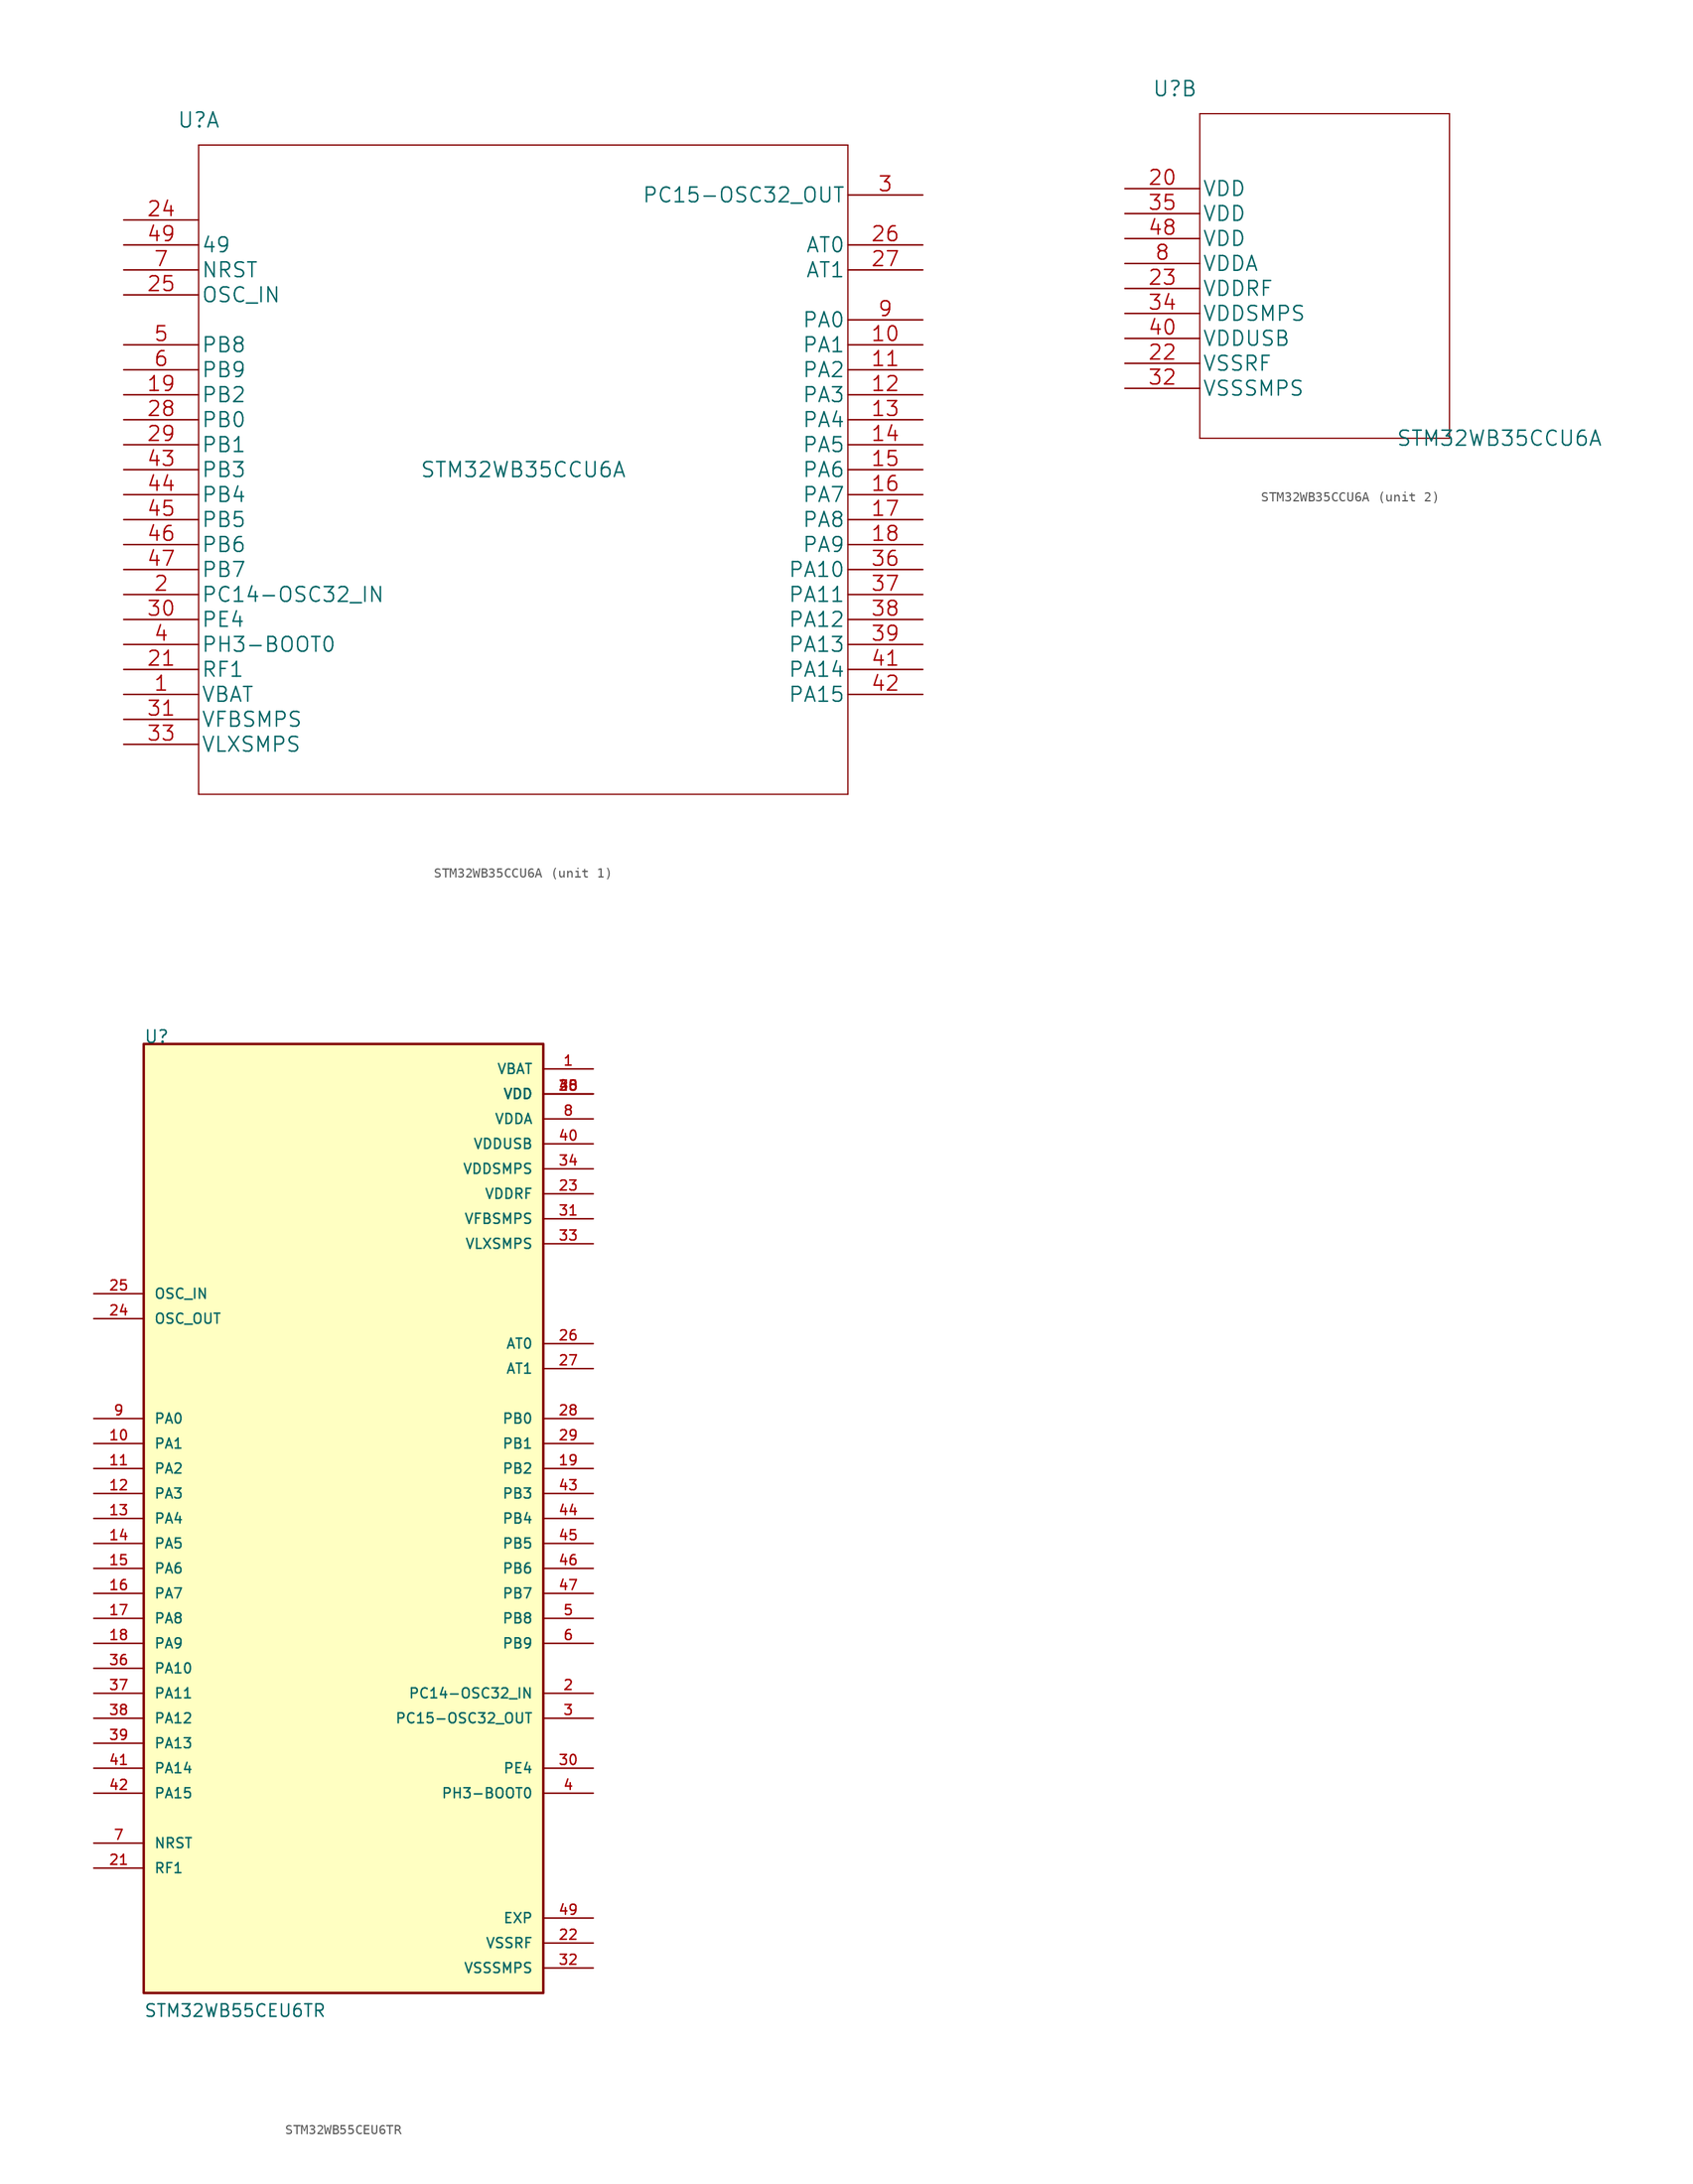
<source format=kicad_sym>
(kicad_symbol_lib
  (version 20211014)
  (generator kicad_symbol_editor)
  (symbol "STM32WB35CCU6A"
    (pin_names
      (offset 0.254))
    (property "Reference" "U"
      (at 5.08 10.16 0)
      (effects (font (size 1.524 1.524))))
    (property "Value" "STM32WB35CCU6A"
      (at 38.1 -25.4 0)
      (effects (font (size 1.524 1.524))))
    (property "Datasheet" ""
      (at -2.54 0 0)
      (effects (font (size 1.524 1.524))))
    (property "ki_locked" ""
      (at 0 0 0)
      (effects (font (size 1.27 1.27))))
    (symbol "STM32WB35CCU6A_1_1"
      (polyline (pts (xy 5.08 -58.42) (xy 71.12 -58.42)) (stroke (width 0.127) (type default) (color 0 0 0 0)) (fill (type none)))
      (polyline (pts (xy 5.08 7.62) (xy 5.08 -58.42)) (stroke (width 0.127) (type default) (color 0 0 0 0)) (fill (type none)))
      (polyline (pts (xy 71.12 -58.42) (xy 71.12 7.62)) (stroke (width 0.127) (type default) (color 0 0 0 0)) (fill (type none)))
      (polyline (pts (xy 71.12 7.62) (xy 5.08 7.62)) (stroke (width 0.127) (type default) (color 0 0 0 0)) (fill (type none)))
      (pin unspecified line (at -2.54 -48.26 0) (length 7.62) (name "VBAT" (effects (font (size 1.499 1.499)))) (number "1" (effects (font (size 1.499 1.499)))))
      (pin bidirectional line (at 78.74 -12.7 180) (length 7.62) (name "PA1" (effects (font (size 1.499 1.499)))) (number "10" (effects (font (size 1.499 1.499)))))
      (pin bidirectional line (at 78.74 -15.24 180) (length 7.62) (name "PA2" (effects (font (size 1.499 1.499)))) (number "11" (effects (font (size 1.499 1.499)))))
      (pin bidirectional line (at 78.74 -17.78 180) (length 7.62) (name "PA3" (effects (font (size 1.499 1.499)))) (number "12" (effects (font (size 1.499 1.499)))))
      (pin bidirectional line (at 78.74 -20.32 180) (length 7.62) (name "PA4" (effects (font (size 1.499 1.499)))) (number "13" (effects (font (size 1.499 1.499)))))
      (pin bidirectional line (at 78.74 -22.86 180) (length 7.62) (name "PA5" (effects (font (size 1.499 1.499)))) (number "14" (effects (font (size 1.499 1.499)))))
      (pin bidirectional line (at 78.74 -25.4 180) (length 7.62) (name "PA6" (effects (font (size 1.499 1.499)))) (number "15" (effects (font (size 1.499 1.499)))))
      (pin bidirectional line (at 78.74 -27.94 180) (length 7.62) (name "PA7" (effects (font (size 1.499 1.499)))) (number "16" (effects (font (size 1.499 1.499)))))
      (pin bidirectional line (at 78.74 -30.48 180) (length 7.62) (name "PA8" (effects (font (size 1.499 1.499)))) (number "17" (effects (font (size 1.499 1.499)))))
      (pin bidirectional line (at 78.74 -33.02 180) (length 7.62) (name "PA9" (effects (font (size 1.499 1.499)))) (number "18" (effects (font (size 1.499 1.499)))))
      (pin bidirectional line (at -2.54 -17.78 0) (length 7.62) (name "PB2" (effects (font (size 1.499 1.499)))) (number "19" (effects (font (size 1.499 1.499)))))
      (pin bidirectional line (at -2.54 -38.1 0) (length 7.62) (name "PC14-OSC32_IN" (effects (font (size 1.499 1.499)))) (number "2" (effects (font (size 1.499 1.499)))))
      (pin unspecified line (at -2.54 -45.72 0) (length 7.62) (name "RF1" (effects (font (size 1.499 1.499)))) (number "21" (effects (font (size 1.499 1.499)))))
      (pin unspecified line (at -2.54 0 0) (length 7.62) (name "~" (effects (font (size 1.499 1.499)))) (number "24" (effects (font (size 1.499 1.499)))))
      (pin unspecified line (at -2.54 -7.62 0) (length 7.62) (name "OSC_IN" (effects (font (size 1.499 1.499)))) (number "25" (effects (font (size 1.499 1.499)))))
      (pin bidirectional line (at 78.74 -2.54 180) (length 7.62) (name "AT0" (effects (font (size 1.499 1.499)))) (number "26" (effects (font (size 1.499 1.499)))))
      (pin bidirectional line (at 78.74 -5.08 180) (length 7.62) (name "AT1" (effects (font (size 1.499 1.499)))) (number "27" (effects (font (size 1.499 1.499)))))
      (pin bidirectional line (at -2.54 -20.32 0) (length 7.62) (name "PB0" (effects (font (size 1.499 1.499)))) (number "28" (effects (font (size 1.499 1.499)))))
      (pin bidirectional line (at -2.54 -22.86 0) (length 7.62) (name "PB1" (effects (font (size 1.499 1.499)))) (number "29" (effects (font (size 1.499 1.499)))))
      (pin output line (at 78.74 2.54 180) (length 7.62) (name "PC15-OSC32_OUT" (effects (font (size 1.499 1.499)))) (number "3" (effects (font (size 1.499 1.499)))))
      (pin unspecified line (at -2.54 -40.64 0) (length 7.62) (name "PE4" (effects (font (size 1.499 1.499)))) (number "30" (effects (font (size 1.499 1.499)))))
      (pin unspecified line (at -2.54 -50.8 0) (length 7.62) (name "VFBSMPS" (effects (font (size 1.499 1.499)))) (number "31" (effects (font (size 1.499 1.499)))))
      (pin unspecified line (at -2.54 -53.34 0) (length 7.62) (name "VLXSMPS" (effects (font (size 1.499 1.499)))) (number "33" (effects (font (size 1.499 1.499)))))
      (pin bidirectional line (at 78.74 -35.56 180) (length 7.62) (name "PA10" (effects (font (size 1.499 1.499)))) (number "36" (effects (font (size 1.499 1.499)))))
      (pin bidirectional line (at 78.74 -38.1 180) (length 7.62) (name "PA11" (effects (font (size 1.499 1.499)))) (number "37" (effects (font (size 1.499 1.499)))))
      (pin bidirectional line (at 78.74 -40.64 180) (length 7.62) (name "PA12" (effects (font (size 1.499 1.499)))) (number "38" (effects (font (size 1.499 1.499)))))
      (pin bidirectional line (at 78.74 -43.18 180) (length 7.62) (name "PA13" (effects (font (size 1.499 1.499)))) (number "39" (effects (font (size 1.499 1.499)))))
      (pin unspecified line (at -2.54 -43.18 0) (length 7.62) (name "PH3-BOOT0" (effects (font (size 1.499 1.499)))) (number "4" (effects (font (size 1.499 1.499)))))
      (pin bidirectional line (at 78.74 -45.72 180) (length 7.62) (name "PA14" (effects (font (size 1.499 1.499)))) (number "41" (effects (font (size 1.499 1.499)))))
      (pin bidirectional line (at 78.74 -48.26 180) (length 7.62) (name "PA15" (effects (font (size 1.499 1.499)))) (number "42" (effects (font (size 1.499 1.499)))))
      (pin bidirectional line (at -2.54 -25.4 0) (length 7.62) (name "PB3" (effects (font (size 1.499 1.499)))) (number "43" (effects (font (size 1.499 1.499)))))
      (pin bidirectional line (at -2.54 -27.94 0) (length 7.62) (name "PB4" (effects (font (size 1.499 1.499)))) (number "44" (effects (font (size 1.499 1.499)))))
      (pin bidirectional line (at -2.54 -30.48 0) (length 7.62) (name "PB5" (effects (font (size 1.499 1.499)))) (number "45" (effects (font (size 1.499 1.499)))))
      (pin bidirectional line (at -2.54 -33.02 0) (length 7.62) (name "PB6" (effects (font (size 1.499 1.499)))) (number "46" (effects (font (size 1.499 1.499)))))
      (pin bidirectional line (at -2.54 -35.56 0) (length 7.62) (name "PB7" (effects (font (size 1.499 1.499)))) (number "47" (effects (font (size 1.499 1.499)))))
      (pin unspecified line (at -2.54 -2.54 0) (length 7.62) (name "49" (effects (font (size 1.499 1.499)))) (number "49" (effects (font (size 1.499 1.499)))))
      (pin bidirectional line (at -2.54 -12.7 0) (length 7.62) (name "PB8" (effects (font (size 1.499 1.499)))) (number "5" (effects (font (size 1.499 1.499)))))
      (pin bidirectional line (at -2.54 -15.24 0) (length 7.62) (name "PB9" (effects (font (size 1.499 1.499)))) (number "6" (effects (font (size 1.499 1.499)))))
      (pin unspecified line (at -2.54 -5.08 0) (length 7.62) (name "NRST" (effects (font (size 1.499 1.499)))) (number "7" (effects (font (size 1.499 1.499)))))
      (pin bidirectional line (at 78.74 -10.16 180) (length 7.62) (name "PA0" (effects (font (size 1.499 1.499)))) (number "9" (effects (font (size 1.499 1.499))))))
    (symbol "STM32WB35CCU6A_2_1"
      (polyline (pts (xy 7.62 -25.4) (xy 33.02 -25.4)) (stroke (width 0.127) (type default) (color 0 0 0 0)) (fill (type none)))
      (polyline (pts (xy 7.62 7.62) (xy 7.62 -25.4)) (stroke (width 0.127) (type default) (color 0 0 0 0)) (fill (type none)))
      (polyline (pts (xy 33.02 -25.4) (xy 33.02 7.62)) (stroke (width 0.127) (type default) (color 0 0 0 0)) (fill (type none)))
      (polyline (pts (xy 33.02 7.62) (xy 7.62 7.62)) (stroke (width 0.127) (type default) (color 0 0 0 0)) (fill (type none)))
      (pin power_in line (at 0 0 0) (length 7.62) (name "VDD" (effects (font (size 1.499 1.499)))) (number "20" (effects (font (size 1.499 1.499)))))
      (pin power_in line (at 0 -17.78 0) (length 7.62) (name "VSSRF" (effects (font (size 1.499 1.499)))) (number "22" (effects (font (size 1.499 1.499)))))
      (pin power_in line (at 0 -10.16 0) (length 7.62) (name "VDDRF" (effects (font (size 1.499 1.499)))) (number "23" (effects (font (size 1.499 1.499)))))
      (pin power_in line (at 0 -20.32 0) (length 7.62) (name "VSSSMPS" (effects (font (size 1.499 1.499)))) (number "32" (effects (font (size 1.499 1.499)))))
      (pin power_in line (at 0 -12.7 0) (length 7.62) (name "VDDSMPS" (effects (font (size 1.499 1.499)))) (number "34" (effects (font (size 1.499 1.499)))))
      (pin power_in line (at 0 -2.54 0) (length 7.62) (name "VDD" (effects (font (size 1.499 1.499)))) (number "35" (effects (font (size 1.499 1.499)))))
      (pin power_in line (at 0 -15.24 0) (length 7.62) (name "VDDUSB" (effects (font (size 1.499 1.499)))) (number "40" (effects (font (size 1.499 1.499)))))
      (pin power_in line (at 0 -5.08 0) (length 7.62) (name "VDD" (effects (font (size 1.499 1.499)))) (number "48" (effects (font (size 1.499 1.499)))))
      (pin power_in line (at 0 -7.62 0) (length 7.62) (name "VDDA" (effects (font (size 1.499 1.499)))) (number "8" (effects (font (size 1.499 1.499)))))))
  (symbol "STM32WB55CEU6TR"
    (pin_names
      (offset 1.016))
    (property "Reference" "U"
      (at -20.32 48.26 0)
      (effects (font (size 1.27 1.27)) (justify left bottom)))
    (property "Value" "STM32WB55CEU6TR"
      (at -20.32 -50.8 0)
      (effects (font (size 1.27 1.27)) (justify left bottom)))
    (property "ki_locked" ""
      (at 0 0 0)
      (effects (font (size 1.27 1.27))))
    (symbol "STM32WB55CEU6TR_0_0"
      (rectangle (start -20.32 -48.26) (end 20.32 48.26) (stroke (width 0.254) (type default) (color 0 0 0 0)) (fill (type background)))
      (pin power_in line (at 25.4 45.72 180) (length 5.08) (name "VBAT" (effects (font (size 1.016 1.016)))) (number "1" (effects (font (size 1.016 1.016)))))
      (pin bidirectional line (at -25.4 7.62 0) (length 5.08) (name "PA1" (effects (font (size 1.016 1.016)))) (number "10" (effects (font (size 1.016 1.016)))))
      (pin bidirectional line (at -25.4 5.08 0) (length 5.08) (name "PA2" (effects (font (size 1.016 1.016)))) (number "11" (effects (font (size 1.016 1.016)))))
      (pin bidirectional line (at -25.4 2.54 0) (length 5.08) (name "PA3" (effects (font (size 1.016 1.016)))) (number "12" (effects (font (size 1.016 1.016)))))
      (pin bidirectional line (at -25.4 0 0) (length 5.08) (name "PA4" (effects (font (size 1.016 1.016)))) (number "13" (effects (font (size 1.016 1.016)))))
      (pin bidirectional line (at -25.4 -2.54 0) (length 5.08) (name "PA5" (effects (font (size 1.016 1.016)))) (number "14" (effects (font (size 1.016 1.016)))))
      (pin bidirectional line (at -25.4 -5.08 0) (length 5.08) (name "PA6" (effects (font (size 1.016 1.016)))) (number "15" (effects (font (size 1.016 1.016)))))
      (pin bidirectional line (at -25.4 -7.62 0) (length 5.08) (name "PA7" (effects (font (size 1.016 1.016)))) (number "16" (effects (font (size 1.016 1.016)))))
      (pin bidirectional line (at -25.4 -10.16 0) (length 5.08) (name "PA8" (effects (font (size 1.016 1.016)))) (number "17" (effects (font (size 1.016 1.016)))))
      (pin bidirectional line (at -25.4 -12.7 0) (length 5.08) (name "PA9" (effects (font (size 1.016 1.016)))) (number "18" (effects (font (size 1.016 1.016)))))
      (pin bidirectional line (at 25.4 5.08 180) (length 5.08) (name "PB2" (effects (font (size 1.016 1.016)))) (number "19" (effects (font (size 1.016 1.016)))))
      (pin bidirectional line (at 25.4 -17.78 180) (length 5.08) (name "PC14-OSC32_IN" (effects (font (size 1.016 1.016)))) (number "2" (effects (font (size 1.016 1.016)))))
      (pin power_in line (at 25.4 43.18 180) (length 5.08) (name "VDD" (effects (font (size 1.016 1.016)))) (number "20" (effects (font (size 1.016 1.016)))))
      (pin bidirectional line (at -25.4 -35.56 0) (length 5.08) (name "RF1" (effects (font (size 1.016 1.016)))) (number "21" (effects (font (size 1.016 1.016)))))
      (pin power_in line (at 25.4 -43.18 180) (length 5.08) (name "VSSRF" (effects (font (size 1.016 1.016)))) (number "22" (effects (font (size 1.016 1.016)))))
      (pin power_in line (at 25.4 33.02 180) (length 5.08) (name "VDDRF" (effects (font (size 1.016 1.016)))) (number "23" (effects (font (size 1.016 1.016)))))
      (pin output line (at -25.4 20.32 0) (length 5.08) (name "OSC_OUT" (effects (font (size 1.016 1.016)))) (number "24" (effects (font (size 1.016 1.016)))))
      (pin input line (at -25.4 22.86 0) (length 5.08) (name "OSC_IN" (effects (font (size 1.016 1.016)))) (number "25" (effects (font (size 1.016 1.016)))))
      (pin output line (at 25.4 17.78 180) (length 5.08) (name "AT0" (effects (font (size 1.016 1.016)))) (number "26" (effects (font (size 1.016 1.016)))))
      (pin output line (at 25.4 15.24 180) (length 5.08) (name "AT1" (effects (font (size 1.016 1.016)))) (number "27" (effects (font (size 1.016 1.016)))))
      (pin bidirectional line (at 25.4 10.16 180) (length 5.08) (name "PB0" (effects (font (size 1.016 1.016)))) (number "28" (effects (font (size 1.016 1.016)))))
      (pin bidirectional line (at 25.4 7.62 180) (length 5.08) (name "PB1" (effects (font (size 1.016 1.016)))) (number "29" (effects (font (size 1.016 1.016)))))
      (pin bidirectional line (at 25.4 -20.32 180) (length 5.08) (name "PC15-OSC32_OUT" (effects (font (size 1.016 1.016)))) (number "3" (effects (font (size 1.016 1.016)))))
      (pin bidirectional line (at 25.4 -25.4 180) (length 5.08) (name "PE4" (effects (font (size 1.016 1.016)))) (number "30" (effects (font (size 1.016 1.016)))))
      (pin power_in line (at 25.4 30.48 180) (length 5.08) (name "VFBSMPS" (effects (font (size 1.016 1.016)))) (number "31" (effects (font (size 1.016 1.016)))))
      (pin power_in line (at 25.4 -45.72 180) (length 5.08) (name "VSSSMPS" (effects (font (size 1.016 1.016)))) (number "32" (effects (font (size 1.016 1.016)))))
      (pin power_in line (at 25.4 27.94 180) (length 5.08) (name "VLXSMPS" (effects (font (size 1.016 1.016)))) (number "33" (effects (font (size 1.016 1.016)))))
      (pin power_in line (at 25.4 35.56 180) (length 5.08) (name "VDDSMPS" (effects (font (size 1.016 1.016)))) (number "34" (effects (font (size 1.016 1.016)))))
      (pin power_in line (at 25.4 43.18 180) (length 5.08) (name "VDD" (effects (font (size 1.016 1.016)))) (number "35" (effects (font (size 1.016 1.016)))))
      (pin bidirectional line (at -25.4 -15.24 0) (length 5.08) (name "PA10" (effects (font (size 1.016 1.016)))) (number "36" (effects (font (size 1.016 1.016)))))
      (pin bidirectional line (at -25.4 -17.78 0) (length 5.08) (name "PA11" (effects (font (size 1.016 1.016)))) (number "37" (effects (font (size 1.016 1.016)))))
      (pin bidirectional line (at -25.4 -20.32 0) (length 5.08) (name "PA12" (effects (font (size 1.016 1.016)))) (number "38" (effects (font (size 1.016 1.016)))))
      (pin bidirectional line (at -25.4 -22.86 0) (length 5.08) (name "PA13" (effects (font (size 1.016 1.016)))) (number "39" (effects (font (size 1.016 1.016)))))
      (pin bidirectional line (at 25.4 -27.94 180) (length 5.08) (name "PH3-BOOT0" (effects (font (size 1.016 1.016)))) (number "4" (effects (font (size 1.016 1.016)))))
      (pin power_in line (at 25.4 38.1 180) (length 5.08) (name "VDDUSB" (effects (font (size 1.016 1.016)))) (number "40" (effects (font (size 1.016 1.016)))))
      (pin bidirectional line (at -25.4 -25.4 0) (length 5.08) (name "PA14" (effects (font (size 1.016 1.016)))) (number "41" (effects (font (size 1.016 1.016)))))
      (pin bidirectional line (at -25.4 -27.94 0) (length 5.08) (name "PA15" (effects (font (size 1.016 1.016)))) (number "42" (effects (font (size 1.016 1.016)))))
      (pin bidirectional line (at 25.4 2.54 180) (length 5.08) (name "PB3" (effects (font (size 1.016 1.016)))) (number "43" (effects (font (size 1.016 1.016)))))
      (pin bidirectional line (at 25.4 0 180) (length 5.08) (name "PB4" (effects (font (size 1.016 1.016)))) (number "44" (effects (font (size 1.016 1.016)))))
      (pin bidirectional line (at 25.4 -2.54 180) (length 5.08) (name "PB5" (effects (font (size 1.016 1.016)))) (number "45" (effects (font (size 1.016 1.016)))))
      (pin bidirectional line (at 25.4 -5.08 180) (length 5.08) (name "PB6" (effects (font (size 1.016 1.016)))) (number "46" (effects (font (size 1.016 1.016)))))
      (pin bidirectional line (at 25.4 -7.62 180) (length 5.08) (name "PB7" (effects (font (size 1.016 1.016)))) (number "47" (effects (font (size 1.016 1.016)))))
      (pin power_in line (at 25.4 43.18 180) (length 5.08) (name "VDD" (effects (font (size 1.016 1.016)))) (number "48" (effects (font (size 1.016 1.016)))))
      (pin power_in line (at 25.4 -40.64 180) (length 5.08) (name "EXP" (effects (font (size 1.016 1.016)))) (number "49" (effects (font (size 1.016 1.016)))))
      (pin bidirectional line (at 25.4 -10.16 180) (length 5.08) (name "PB8" (effects (font (size 1.016 1.016)))) (number "5" (effects (font (size 1.016 1.016)))))
      (pin bidirectional line (at 25.4 -12.7 180) (length 5.08) (name "PB9" (effects (font (size 1.016 1.016)))) (number "6" (effects (font (size 1.016 1.016)))))
      (pin bidirectional line (at -25.4 -33.02 0) (length 5.08) (name "NRST" (effects (font (size 1.016 1.016)))) (number "7" (effects (font (size 1.016 1.016)))))
      (pin power_in line (at 25.4 40.64 180) (length 5.08) (name "VDDA" (effects (font (size 1.016 1.016)))) (number "8" (effects (font (size 1.016 1.016)))))
      (pin bidirectional line (at -25.4 10.16 0) (length 5.08) (name "PA0" (effects (font (size 1.016 1.016)))) (number "9" (effects (font (size 1.016 1.016))))))))
</source>
